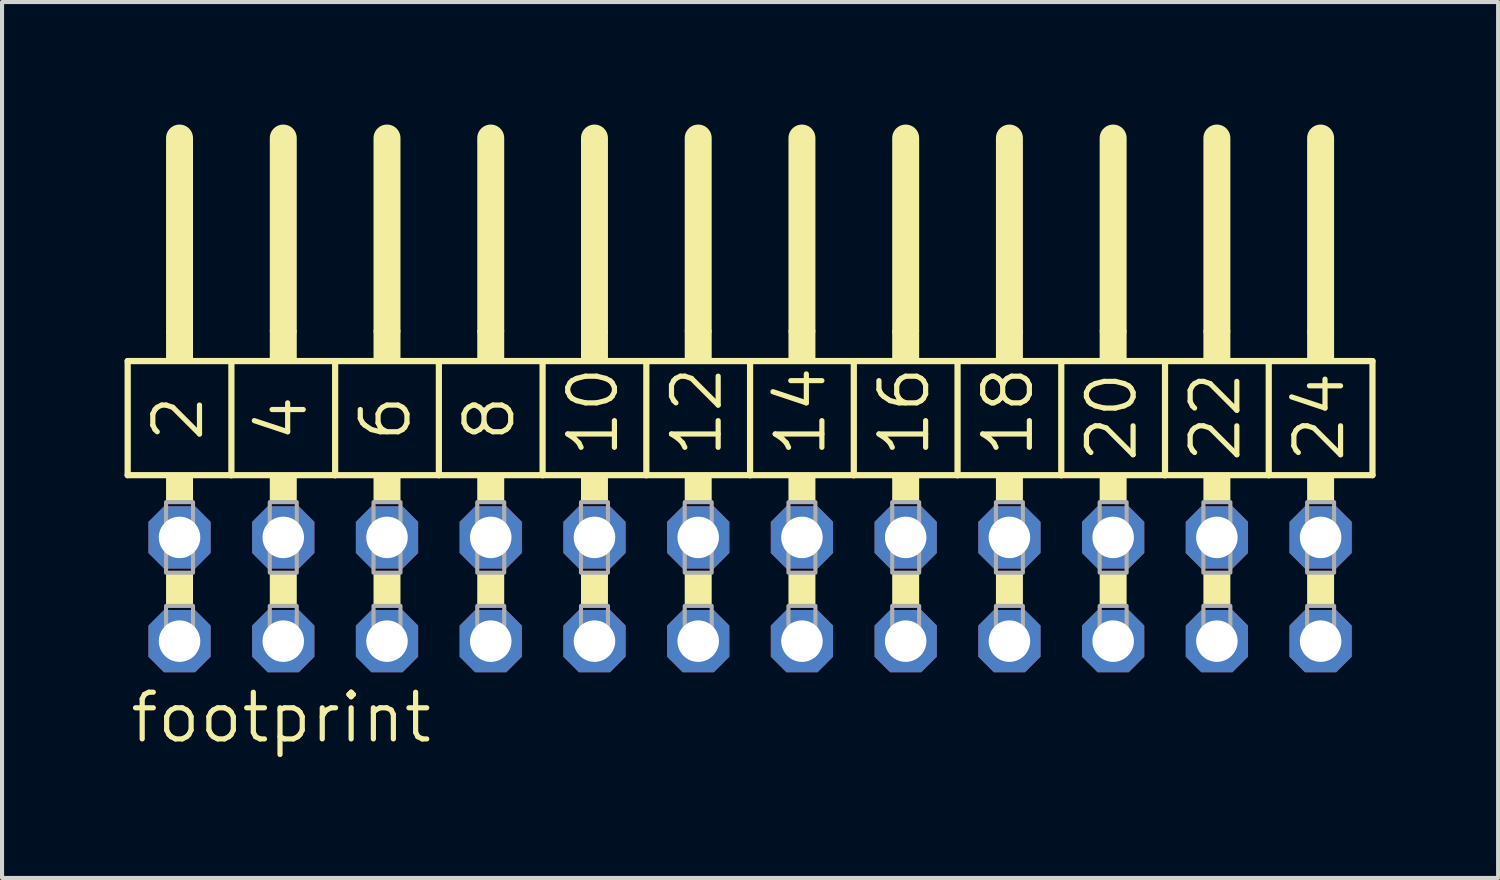
<source format=kicad_pcb>
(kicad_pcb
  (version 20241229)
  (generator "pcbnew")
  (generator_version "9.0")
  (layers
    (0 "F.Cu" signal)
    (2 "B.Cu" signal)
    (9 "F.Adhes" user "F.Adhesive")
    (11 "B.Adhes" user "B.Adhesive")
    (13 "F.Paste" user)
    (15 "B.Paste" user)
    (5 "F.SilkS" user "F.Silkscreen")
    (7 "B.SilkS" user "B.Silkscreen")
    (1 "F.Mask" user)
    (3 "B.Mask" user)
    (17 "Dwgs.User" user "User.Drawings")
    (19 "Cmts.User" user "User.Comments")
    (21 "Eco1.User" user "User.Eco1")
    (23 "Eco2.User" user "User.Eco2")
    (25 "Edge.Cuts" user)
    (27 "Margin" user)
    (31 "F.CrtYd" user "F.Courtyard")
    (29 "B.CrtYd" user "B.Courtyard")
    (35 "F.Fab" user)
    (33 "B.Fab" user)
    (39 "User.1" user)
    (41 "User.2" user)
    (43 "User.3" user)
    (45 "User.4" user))
  (footprint "footprint"
    (layer "F.Cu")
    (at 15.316 11.379)
    (property "Reference" "footprint" (at -15.24 3.81 0) (layer "F.SilkS") (effects (font (size 1.143 1.143) (thickness 0.127)) (justify left bottom)))
    (fp_line (start -15.24 -5.588) (end -12.7 -5.588) (stroke (width 0.152) (type solid)) (layer "F.SilkS"))
    (fp_line (start -15.24 -2.794) (end -15.24 -5.588) (stroke (width 0.152) (type solid)) (layer "F.SilkS"))
    (fp_line (start -13.97 -6.35) (end -13.97 -11.049) (stroke (width 0.66) (type solid)) (layer "F.SilkS"))
    (fp_line (start -12.7 -5.588) (end -10.16 -5.588) (stroke (width 0.152) (type solid)) (layer "F.SilkS"))
    (fp_line (start -12.7 -2.794) (end -15.24 -2.794) (stroke (width 0.152) (type solid)) (layer "F.SilkS"))
    (fp_line (start -12.7 -2.794) (end -12.7 -5.588) (stroke (width 0.152) (type solid)) (layer "F.SilkS"))
    (fp_line (start -12.7 -2.794) (end -10.16 -2.794) (stroke (width 0.152) (type solid)) (layer "F.SilkS"))
    (fp_line (start -11.43 -6.35) (end -11.43 -11.049) (stroke (width 0.66) (type solid)) (layer "F.SilkS"))
    (fp_line (start -10.16 -5.588) (end -7.62 -5.588) (stroke (width 0.152) (type solid)) (layer "F.SilkS"))
    (fp_line (start -10.16 -2.794) (end -10.16 -5.588) (stroke (width 0.152) (type solid)) (layer "F.SilkS"))
    (fp_line (start -8.89 -6.35) (end -8.89 -11.049) (stroke (width 0.66) (type solid)) (layer "F.SilkS"))
    (fp_line (start -7.62 -5.588) (end -5.08 -5.588) (stroke (width 0.152) (type solid)) (layer "F.SilkS"))
    (fp_line (start -7.62 -2.794) (end -10.16 -2.794) (stroke (width 0.152) (type solid)) (layer "F.SilkS"))
    (fp_line (start -7.62 -2.794) (end -7.62 -5.588) (stroke (width 0.152) (type solid)) (layer "F.SilkS"))
    (fp_line (start -6.35 -6.35) (end -6.35 -11.049) (stroke (width 0.66) (type solid)) (layer "F.SilkS"))
    (fp_line (start -5.08 -5.588) (end -2.54 -5.588) (stroke (width 0.152) (type solid)) (layer "F.SilkS"))
    (fp_line (start -5.08 -2.794) (end -7.62 -2.794) (stroke (width 0.152) (type solid)) (layer "F.SilkS"))
    (fp_line (start -5.08 -2.794) (end -5.08 -5.588) (stroke (width 0.152) (type solid)) (layer "F.SilkS"))
    (fp_line (start -3.81 -6.35) (end -3.81 -11.049) (stroke (width 0.66) (type solid)) (layer "F.SilkS"))
    (fp_line (start -2.54 -5.588) (end 0 -5.588) (stroke (width 0.152) (type solid)) (layer "F.SilkS"))
    (fp_line (start -2.54 -2.794) (end -5.08 -2.794) (stroke (width 0.152) (type solid)) (layer "F.SilkS"))
    (fp_line (start -2.54 -2.794) (end -2.54 -5.588) (stroke (width 0.152) (type solid)) (layer "F.SilkS"))
    (fp_line (start -1.27 -6.35) (end -1.27 -11.049) (stroke (width 0.66) (type solid)) (layer "F.SilkS"))
    (fp_line (start 0 -5.588) (end 2.54 -5.588) (stroke (width 0.152) (type solid)) (layer "F.SilkS"))
    (fp_line (start 0 -2.794) (end -2.54 -2.794) (stroke (width 0.152) (type solid)) (layer "F.SilkS"))
    (fp_line (start 0 -2.794) (end 0 -5.588) (stroke (width 0.152) (type solid)) (layer "F.SilkS"))
    (fp_line (start 0 -2.794) (end 2.54 -2.794) (stroke (width 0.152) (type solid)) (layer "F.SilkS"))
    (fp_line (start 1.27 -6.35) (end 1.27 -11.049) (stroke (width 0.66) (type solid)) (layer "F.SilkS"))
    (fp_line (start 2.54 -5.588) (end 5.08 -5.588) (stroke (width 0.152) (type solid)) (layer "F.SilkS"))
    (fp_line (start 2.54 -2.794) (end 2.54 -5.588) (stroke (width 0.152) (type solid)) (layer "F.SilkS"))
    (fp_line (start 3.81 -6.35) (end 3.81 -11.049) (stroke (width 0.66) (type solid)) (layer "F.SilkS"))
    (fp_line (start 5.08 -5.588) (end 7.62 -5.588) (stroke (width 0.152) (type solid)) (layer "F.SilkS"))
    (fp_line (start 5.08 -2.794) (end 2.54 -2.794) (stroke (width 0.152) (type solid)) (layer "F.SilkS"))
    (fp_line (start 5.08 -2.794) (end 5.08 -5.588) (stroke (width 0.152) (type solid)) (layer "F.SilkS"))
    (fp_line (start 6.35 -6.35) (end 6.35 -11.049) (stroke (width 0.66) (type solid)) (layer "F.SilkS"))
    (fp_line (start 7.62 -5.588) (end 10.16 -5.588) (stroke (width 0.152) (type solid)) (layer "F.SilkS"))
    (fp_line (start 7.62 -2.794) (end 5.08 -2.794) (stroke (width 0.152) (type solid)) (layer "F.SilkS"))
    (fp_line (start 7.62 -2.794) (end 7.62 -5.588) (stroke (width 0.152) (type solid)) (layer "F.SilkS"))
    (fp_line (start 8.89 -6.35) (end 8.89 -11.049) (stroke (width 0.66) (type solid)) (layer "F.SilkS"))
    (fp_line (start 10.16 -5.588) (end 12.7 -5.588) (stroke (width 0.152) (type solid)) (layer "F.SilkS"))
    (fp_line (start 10.16 -2.794) (end 7.62 -2.794) (stroke (width 0.152) (type solid)) (layer "F.SilkS"))
    (fp_line (start 10.16 -2.794) (end 10.16 -5.588) (stroke (width 0.152) (type solid)) (layer "F.SilkS"))
    (fp_line (start 11.43 -6.35) (end 11.43 -11.049) (stroke (width 0.66) (type solid)) (layer "F.SilkS"))
    (fp_line (start 12.7 -5.588) (end 15.24 -5.588) (stroke (width 0.152) (type solid)) (layer "F.SilkS"))
    (fp_line (start 12.7 -2.794) (end 10.16 -2.794) (stroke (width 0.152) (type solid)) (layer "F.SilkS"))
    (fp_line (start 12.7 -2.794) (end 12.7 -5.588) (stroke (width 0.152) (type solid)) (layer "F.SilkS"))
    (fp_line (start 12.7 -2.794) (end 15.24 -2.794) (stroke (width 0.152) (type solid)) (layer "F.SilkS"))
    (fp_line (start 13.97 -6.35) (end 13.97 -11.049) (stroke (width 0.66) (type solid)) (layer "F.SilkS"))
    (fp_line (start 15.24 -2.794) (end 15.24 -5.588) (stroke (width 0.152) (type solid)) (layer "F.SilkS"))
    (fp_poly (pts (xy -14.3 -5.588) (xy -13.64 -5.588) (xy -13.64 -6.35) (xy -14.3 -6.35)) (stroke (width 0) (type solid)) (fill yes) (layer "F.SilkS"))
    (fp_poly (pts (xy -14.3 -2.134) (xy -13.64 -2.134) (xy -13.64 -2.794) (xy -14.3 -2.794)) (stroke (width 0) (type solid)) (fill yes) (layer "F.SilkS"))
    (fp_poly (pts (xy -14.3 0.406) (xy -13.64 0.406) (xy -13.64 -0.406) (xy -14.3 -0.406)) (stroke (width 0) (type solid)) (fill yes) (layer "F.SilkS"))
    (fp_poly (pts (xy -11.76 -5.588) (xy -11.1 -5.588) (xy -11.1 -6.35) (xy -11.76 -6.35)) (stroke (width 0) (type solid)) (fill yes) (layer "F.SilkS"))
    (fp_poly (pts (xy -11.76 -2.134) (xy -11.1 -2.134) (xy -11.1 -2.794) (xy -11.76 -2.794)) (stroke (width 0) (type solid)) (fill yes) (layer "F.SilkS"))
    (fp_poly (pts (xy -11.76 0.406) (xy -11.1 0.406) (xy -11.1 -0.406) (xy -11.76 -0.406)) (stroke (width 0) (type solid)) (fill yes) (layer "F.SilkS"))
    (fp_poly (pts (xy -9.22 -5.588) (xy -8.56 -5.588) (xy -8.56 -6.35) (xy -9.22 -6.35)) (stroke (width 0) (type solid)) (fill yes) (layer "F.SilkS"))
    (fp_poly (pts (xy -9.22 -2.134) (xy -8.56 -2.134) (xy -8.56 -2.794) (xy -9.22 -2.794)) (stroke (width 0) (type solid)) (fill yes) (layer "F.SilkS"))
    (fp_poly (pts (xy -9.22 0.406) (xy -8.56 0.406) (xy -8.56 -0.406) (xy -9.22 -0.406)) (stroke (width 0) (type solid)) (fill yes) (layer "F.SilkS"))
    (fp_poly (pts (xy -6.68 -5.588) (xy -6.02 -5.588) (xy -6.02 -6.35) (xy -6.68 -6.35)) (stroke (width 0) (type solid)) (fill yes) (layer "F.SilkS"))
    (fp_poly (pts (xy -6.68 -2.134) (xy -6.02 -2.134) (xy -6.02 -2.794) (xy -6.68 -2.794)) (stroke (width 0) (type solid)) (fill yes) (layer "F.SilkS"))
    (fp_poly (pts (xy -6.68 0.406) (xy -6.02 0.406) (xy -6.02 -0.406) (xy -6.68 -0.406)) (stroke (width 0) (type solid)) (fill yes) (layer "F.SilkS"))
    (fp_poly (pts (xy -4.14 -5.588) (xy -3.48 -5.588) (xy -3.48 -6.35) (xy -4.14 -6.35)) (stroke (width 0) (type solid)) (fill yes) (layer "F.SilkS"))
    (fp_poly (pts (xy -4.14 -2.134) (xy -3.48 -2.134) (xy -3.48 -2.794) (xy -4.14 -2.794)) (stroke (width 0) (type solid)) (fill yes) (layer "F.SilkS"))
    (fp_poly (pts (xy -4.14 0.406) (xy -3.48 0.406) (xy -3.48 -0.406) (xy -4.14 -0.406)) (stroke (width 0) (type solid)) (fill yes) (layer "F.SilkS"))
    (fp_poly (pts (xy -1.6 -5.588) (xy -0.94 -5.588) (xy -0.94 -6.35) (xy -1.6 -6.35)) (stroke (width 0) (type solid)) (fill yes) (layer "F.SilkS"))
    (fp_poly (pts (xy -1.6 -2.134) (xy -0.94 -2.134) (xy -0.94 -2.794) (xy -1.6 -2.794)) (stroke (width 0) (type solid)) (fill yes) (layer "F.SilkS"))
    (fp_poly (pts (xy -1.6 0.406) (xy -0.94 0.406) (xy -0.94 -0.406) (xy -1.6 -0.406)) (stroke (width 0) (type solid)) (fill yes) (layer "F.SilkS"))
    (fp_poly (pts (xy 0.94 -5.588) (xy 1.6 -5.588) (xy 1.6 -6.35) (xy 0.94 -6.35)) (stroke (width 0) (type solid)) (fill yes) (layer "F.SilkS"))
    (fp_poly (pts (xy 0.94 -2.134) (xy 1.6 -2.134) (xy 1.6 -2.794) (xy 0.94 -2.794)) (stroke (width 0) (type solid)) (fill yes) (layer "F.SilkS"))
    (fp_poly (pts (xy 0.94 0.406) (xy 1.6 0.406) (xy 1.6 -0.406) (xy 0.94 -0.406)) (stroke (width 0) (type solid)) (fill yes) (layer "F.SilkS"))
    (fp_poly (pts (xy 3.48 -5.588) (xy 4.14 -5.588) (xy 4.14 -6.35) (xy 3.48 -6.35)) (stroke (width 0) (type solid)) (fill yes) (layer "F.SilkS"))
    (fp_poly (pts (xy 3.48 -2.134) (xy 4.14 -2.134) (xy 4.14 -2.794) (xy 3.48 -2.794)) (stroke (width 0) (type solid)) (fill yes) (layer "F.SilkS"))
    (fp_poly (pts (xy 3.48 0.406) (xy 4.14 0.406) (xy 4.14 -0.406) (xy 3.48 -0.406)) (stroke (width 0) (type solid)) (fill yes) (layer "F.SilkS"))
    (fp_poly (pts (xy 6.02 -5.588) (xy 6.68 -5.588) (xy 6.68 -6.35) (xy 6.02 -6.35)) (stroke (width 0) (type solid)) (fill yes) (layer "F.SilkS"))
    (fp_poly (pts (xy 6.02 -2.134) (xy 6.68 -2.134) (xy 6.68 -2.794) (xy 6.02 -2.794)) (stroke (width 0) (type solid)) (fill yes) (layer "F.SilkS"))
    (fp_poly (pts (xy 6.02 0.406) (xy 6.68 0.406) (xy 6.68 -0.406) (xy 6.02 -0.406)) (stroke (width 0) (type solid)) (fill yes) (layer "F.SilkS"))
    (fp_poly (pts (xy 8.56 -5.588) (xy 9.22 -5.588) (xy 9.22 -6.35) (xy 8.56 -6.35)) (stroke (width 0) (type solid)) (fill yes) (layer "F.SilkS"))
    (fp_poly (pts (xy 8.56 -2.134) (xy 9.22 -2.134) (xy 9.22 -2.794) (xy 8.56 -2.794)) (stroke (width 0) (type solid)) (fill yes) (layer "F.SilkS"))
    (fp_poly (pts (xy 8.56 0.406) (xy 9.22 0.406) (xy 9.22 -0.406) (xy 8.56 -0.406)) (stroke (width 0) (type solid)) (fill yes) (layer "F.SilkS"))
    (fp_poly (pts (xy 11.1 -5.588) (xy 11.76 -5.588) (xy 11.76 -6.35) (xy 11.1 -6.35)) (stroke (width 0) (type solid)) (fill yes) (layer "F.SilkS"))
    (fp_poly (pts (xy 11.1 -2.134) (xy 11.76 -2.134) (xy 11.76 -2.794) (xy 11.1 -2.794)) (stroke (width 0) (type solid)) (fill yes) (layer "F.SilkS"))
    (fp_poly (pts (xy 11.1 0.406) (xy 11.76 0.406) (xy 11.76 -0.406) (xy 11.1 -0.406)) (stroke (width 0) (type solid)) (fill yes) (layer "F.SilkS"))
    (fp_poly (pts (xy 13.64 -5.588) (xy 14.3 -5.588) (xy 14.3 -6.35) (xy 13.64 -6.35)) (stroke (width 0) (type solid)) (fill yes) (layer "F.SilkS"))
    (fp_poly (pts (xy 13.64 -2.134) (xy 14.3 -2.134) (xy 14.3 -2.794) (xy 13.64 -2.794)) (stroke (width 0) (type solid)) (fill yes) (layer "F.SilkS"))
    (fp_poly (pts (xy 13.64 0.406) (xy 14.3 0.406) (xy 14.3 -0.406) (xy 13.64 -0.406)) (stroke (width 0) (type solid)) (fill yes) (layer "F.SilkS"))
    (fp_poly (pts (xy -14.3 -0.406) (xy -13.64 -0.406) (xy -13.64 -2.134) (xy -14.3 -2.134)) (stroke (width 0.1) (type solid)) (fill no) (layer "F.Fab"))
    (fp_poly (pts (xy -14.3 1.575) (xy -13.64 1.575) (xy -13.64 0.406) (xy -14.3 0.406)) (stroke (width 0.1) (type solid)) (fill no) (layer "F.Fab"))
    (fp_poly (pts (xy -11.76 -0.406) (xy -11.1 -0.406) (xy -11.1 -2.134) (xy -11.76 -2.134)) (stroke (width 0.1) (type solid)) (fill no) (layer "F.Fab"))
    (fp_poly (pts (xy -11.76 1.575) (xy -11.1 1.575) (xy -11.1 0.406) (xy -11.76 0.406)) (stroke (width 0.1) (type solid)) (fill no) (layer "F.Fab"))
    (fp_poly (pts (xy -9.22 -0.406) (xy -8.56 -0.406) (xy -8.56 -2.134) (xy -9.22 -2.134)) (stroke (width 0.1) (type solid)) (fill no) (layer "F.Fab"))
    (fp_poly (pts (xy -9.22 1.575) (xy -8.56 1.575) (xy -8.56 0.406) (xy -9.22 0.406)) (stroke (width 0.1) (type solid)) (fill no) (layer "F.Fab"))
    (fp_poly (pts (xy -6.68 -0.406) (xy -6.02 -0.406) (xy -6.02 -2.134) (xy -6.68 -2.134)) (stroke (width 0.1) (type solid)) (fill no) (layer "F.Fab"))
    (fp_poly (pts (xy -6.68 1.575) (xy -6.02 1.575) (xy -6.02 0.406) (xy -6.68 0.406)) (stroke (width 0.1) (type solid)) (fill no) (layer "F.Fab"))
    (fp_poly (pts (xy -4.14 -0.406) (xy -3.48 -0.406) (xy -3.48 -2.134) (xy -4.14 -2.134)) (stroke (width 0.1) (type solid)) (fill no) (layer "F.Fab"))
    (fp_poly (pts (xy -4.14 1.575) (xy -3.48 1.575) (xy -3.48 0.406) (xy -4.14 0.406)) (stroke (width 0.1) (type solid)) (fill no) (layer "F.Fab"))
    (fp_poly (pts (xy -1.6 -0.406) (xy -0.94 -0.406) (xy -0.94 -2.134) (xy -1.6 -2.134)) (stroke (width 0.1) (type solid)) (fill no) (layer "F.Fab"))
    (fp_poly (pts (xy -1.6 1.575) (xy -0.94 1.575) (xy -0.94 0.406) (xy -1.6 0.406)) (stroke (width 0.1) (type solid)) (fill no) (layer "F.Fab"))
    (fp_poly (pts (xy 0.94 -0.406) (xy 1.6 -0.406) (xy 1.6 -2.134) (xy 0.94 -2.134)) (stroke (width 0.1) (type solid)) (fill no) (layer "F.Fab"))
    (fp_poly (pts (xy 0.94 1.575) (xy 1.6 1.575) (xy 1.6 0.406) (xy 0.94 0.406)) (stroke (width 0.1) (type solid)) (fill no) (layer "F.Fab"))
    (fp_poly (pts (xy 3.48 -0.406) (xy 4.14 -0.406) (xy 4.14 -2.134) (xy 3.48 -2.134)) (stroke (width 0.1) (type solid)) (fill no) (layer "F.Fab"))
    (fp_poly (pts (xy 3.48 1.575) (xy 4.14 1.575) (xy 4.14 0.406) (xy 3.48 0.406)) (stroke (width 0.1) (type solid)) (fill no) (layer "F.Fab"))
    (fp_poly (pts (xy 6.02 -0.406) (xy 6.68 -0.406) (xy 6.68 -2.134) (xy 6.02 -2.134)) (stroke (width 0.1) (type solid)) (fill no) (layer "F.Fab"))
    (fp_poly (pts (xy 6.02 1.575) (xy 6.68 1.575) (xy 6.68 0.406) (xy 6.02 0.406)) (stroke (width 0.1) (type solid)) (fill no) (layer "F.Fab"))
    (fp_poly (pts (xy 8.56 -0.406) (xy 9.22 -0.406) (xy 9.22 -2.134) (xy 8.56 -2.134)) (stroke (width 0.1) (type solid)) (fill no) (layer "F.Fab"))
    (fp_poly (pts (xy 8.56 1.575) (xy 9.22 1.575) (xy 9.22 0.406) (xy 8.56 0.406)) (stroke (width 0.1) (type solid)) (fill no) (layer "F.Fab"))
    (fp_poly (pts (xy 11.1 -0.406) (xy 11.76 -0.406) (xy 11.76 -2.134) (xy 11.1 -2.134)) (stroke (width 0.1) (type solid)) (fill no) (layer "F.Fab"))
    (fp_poly (pts (xy 11.1 1.575) (xy 11.76 1.575) (xy 11.76 0.406) (xy 11.1 0.406)) (stroke (width 0.1) (type solid)) (fill no) (layer "F.Fab"))
    (fp_poly (pts (xy 13.64 -0.406) (xy 14.3 -0.406) (xy 14.3 -2.134) (xy 13.64 -2.134)) (stroke (width 0.1) (type solid)) (fill no) (layer "F.Fab"))
    (fp_poly (pts (xy 13.64 1.575) (xy 14.3 1.575) (xy 14.3 0.406) (xy 13.64 0.406)) (stroke (width 0.1) (type solid)) (fill no) (layer "F.Fab"))
    (fp_text user "20" (at 9.525 -3.048 90) (layer "F.SilkS") (effects (font (size 1.143 1.143) (thickness 0.127)) (justify left bottom)))
    (fp_text user "18" (at 6.985 -3.175 90) (layer "F.SilkS") (effects (font (size 1.143 1.143) (thickness 0.127)) (justify left bottom)))
    (fp_text user "22" (at 12.065 -3.048 90) (layer "F.SilkS") (effects (font (size 1.143 1.143) (thickness 0.127)) (justify left bottom)))
    (fp_text user "12" (at -0.635 -3.175 90) (layer "F.SilkS") (effects (font (size 1.143 1.143) (thickness 0.127)) (justify left bottom)))
    (fp_text user "6" (at -8.255 -3.556 90) (layer "F.SilkS") (effects (font (size 1.143 1.143) (thickness 0.127)) (justify left bottom)))
    (fp_text user "8" (at -5.715 -3.556 90) (layer "F.SilkS") (effects (font (size 1.143 1.143) (thickness 0.127)) (justify left bottom)))
    (fp_text user "16" (at 4.445 -3.175 90) (layer "F.SilkS") (effects (font (size 1.143 1.143) (thickness 0.127)) (justify left bottom)))
    (fp_text user "24" (at 14.605 -3.048 90) (layer "F.SilkS") (effects (font (size 1.143 1.143) (thickness 0.127)) (justify left bottom)))
    (fp_text user "14" (at 1.905 -3.175 90) (layer "F.SilkS") (effects (font (size 1.143 1.143) (thickness 0.127)) (justify left bottom)))
    (fp_text user "2" (at -13.335 -3.556 90) (layer "F.SilkS") (effects (font (size 1.143 1.143) (thickness 0.127)) (justify left bottom)))
    (fp_text user "10" (at -3.175 -3.175 90) (layer "F.SilkS") (effects (font (size 1.143 1.143) (thickness 0.127)) (justify left bottom)))
    (fp_text user "4" (at -10.795 -3.556 90) (layer "F.SilkS") (effects (font (size 1.143 1.143) (thickness 0.127)) (justify left bottom)))
    (pad "1" thru_hole roundrect (at -13.97 1.27) (size 1.524 1.524) (drill 1.016) (layers "*.Cu" "*.Mask") (roundrect_rratio 0.25) (chamfer_ratio 0.25) (chamfer top_left top_right bottom_left bottom_right))
    (pad "2" thru_hole roundrect (at -13.97 -1.27) (size 1.524 1.524) (drill 1.016) (layers "*.Cu" "*.Mask") (roundrect_rratio 0.25) (chamfer_ratio 0.25) (chamfer top_left top_right bottom_left bottom_right))
    (pad "3" thru_hole roundrect (at -11.43 1.27) (size 1.524 1.524) (drill 1.016) (layers "*.Cu" "*.Mask") (roundrect_rratio 0.25) (chamfer_ratio 0.25) (chamfer top_left top_right bottom_left bottom_right))
    (pad "4" thru_hole roundrect (at -11.43 -1.27) (size 1.524 1.524) (drill 1.016) (layers "*.Cu" "*.Mask") (roundrect_rratio 0.25) (chamfer_ratio 0.25) (chamfer top_left top_right bottom_left bottom_right))
    (pad "5" thru_hole roundrect (at -8.89 1.27) (size 1.524 1.524) (drill 1.016) (layers "*.Cu" "*.Mask") (roundrect_rratio 0.25) (chamfer_ratio 0.25) (chamfer top_left top_right bottom_left bottom_right))
    (pad "6" thru_hole roundrect (at -8.89 -1.27) (size 1.524 1.524) (drill 1.016) (layers "*.Cu" "*.Mask") (roundrect_rratio 0.25) (chamfer_ratio 0.25) (chamfer top_left top_right bottom_left bottom_right))
    (pad "7" thru_hole roundrect (at -6.35 1.27) (size 1.524 1.524) (drill 1.016) (layers "*.Cu" "*.Mask") (roundrect_rratio 0.25) (chamfer_ratio 0.25) (chamfer top_left top_right bottom_left bottom_right))
    (pad "8" thru_hole roundrect (at -6.35 -1.27) (size 1.524 1.524) (drill 1.016) (layers "*.Cu" "*.Mask") (roundrect_rratio 0.25) (chamfer_ratio 0.25) (chamfer top_left top_right bottom_left bottom_right))
    (pad "9" thru_hole roundrect (at -3.81 1.27) (size 1.524 1.524) (drill 1.016) (layers "*.Cu" "*.Mask") (roundrect_rratio 0.25) (chamfer_ratio 0.25) (chamfer top_left top_right bottom_left bottom_right))
    (pad "10" thru_hole roundrect (at -3.81 -1.27) (size 1.524 1.524) (drill 1.016) (layers "*.Cu" "*.Mask") (roundrect_rratio 0.25) (chamfer_ratio 0.25) (chamfer top_left top_right bottom_left bottom_right))
    (pad "11" thru_hole roundrect (at -1.27 1.27) (size 1.524 1.524) (drill 1.016) (layers "*.Cu" "*.Mask") (roundrect_rratio 0.25) (chamfer_ratio 0.25) (chamfer top_left top_right bottom_left bottom_right))
    (pad "12" thru_hole roundrect (at -1.27 -1.27) (size 1.524 1.524) (drill 1.016) (layers "*.Cu" "*.Mask") (roundrect_rratio 0.25) (chamfer_ratio 0.25) (chamfer top_left top_right bottom_left bottom_right))
    (pad "13" thru_hole roundrect (at 1.27 1.27) (size 1.524 1.524) (drill 1.016) (layers "*.Cu" "*.Mask") (roundrect_rratio 0.25) (chamfer_ratio 0.25) (chamfer top_left top_right bottom_left bottom_right))
    (pad "14" thru_hole roundrect (at 1.27 -1.27) (size 1.524 1.524) (drill 1.016) (layers "*.Cu" "*.Mask") (roundrect_rratio 0.25) (chamfer_ratio 0.25) (chamfer top_left top_right bottom_left bottom_right))
    (pad "15" thru_hole roundrect (at 3.81 1.27) (size 1.524 1.524) (drill 1.016) (layers "*.Cu" "*.Mask") (roundrect_rratio 0.25) (chamfer_ratio 0.25) (chamfer top_left top_right bottom_left bottom_right))
    (pad "16" thru_hole roundrect (at 3.81 -1.27) (size 1.524 1.524) (drill 1.016) (layers "*.Cu" "*.Mask") (roundrect_rratio 0.25) (chamfer_ratio 0.25) (chamfer top_left top_right bottom_left bottom_right))
    (pad "17" thru_hole roundrect (at 6.35 1.27) (size 1.524 1.524) (drill 1.016) (layers "*.Cu" "*.Mask") (roundrect_rratio 0.25) (chamfer_ratio 0.25) (chamfer top_left top_right bottom_left bottom_right))
    (pad "18" thru_hole roundrect (at 6.35 -1.27) (size 1.524 1.524) (drill 1.016) (layers "*.Cu" "*.Mask") (roundrect_rratio 0.25) (chamfer_ratio 0.25) (chamfer top_left top_right bottom_left bottom_right))
    (pad "19" thru_hole roundrect (at 8.89 1.27) (size 1.524 1.524) (drill 1.016) (layers "*.Cu" "*.Mask") (roundrect_rratio 0.25) (chamfer_ratio 0.25) (chamfer top_left top_right bottom_left bottom_right))
    (pad "20" thru_hole roundrect (at 8.89 -1.27) (size 1.524 1.524) (drill 1.016) (layers "*.Cu" "*.Mask") (roundrect_rratio 0.25) (chamfer_ratio 0.25) (chamfer top_left top_right bottom_left bottom_right))
    (pad "21" thru_hole roundrect (at 11.43 1.27) (size 1.524 1.524) (drill 1.016) (layers "*.Cu" "*.Mask") (roundrect_rratio 0.25) (chamfer_ratio 0.25) (chamfer top_left top_right bottom_left bottom_right))
    (pad "22" thru_hole roundrect (at 11.43 -1.27) (size 1.524 1.524) (drill 1.016) (layers "*.Cu" "*.Mask") (roundrect_rratio 0.25) (chamfer_ratio 0.25) (chamfer top_left top_right bottom_left bottom_right))
    (pad "23" thru_hole roundrect (at 13.97 1.27) (size 1.524 1.524) (drill 1.016) (layers "*.Cu" "*.Mask") (roundrect_rratio 0.25) (chamfer_ratio 0.25) (chamfer top_left top_right bottom_left bottom_right))
    (pad "24" thru_hole roundrect (at 13.97 -1.27) (size 1.524 1.524) (drill 1.016) (layers "*.Cu" "*.Mask") (roundrect_rratio 0.25) (chamfer_ratio 0.25) (chamfer top_left top_right bottom_left bottom_right)))
  (gr_rect
    (start -3 -3)
    (end 33.632 18.448)
    (stroke (width 0.1) (type default))
    (fill no)
    (layer "Edge.Cuts")))
</source>
